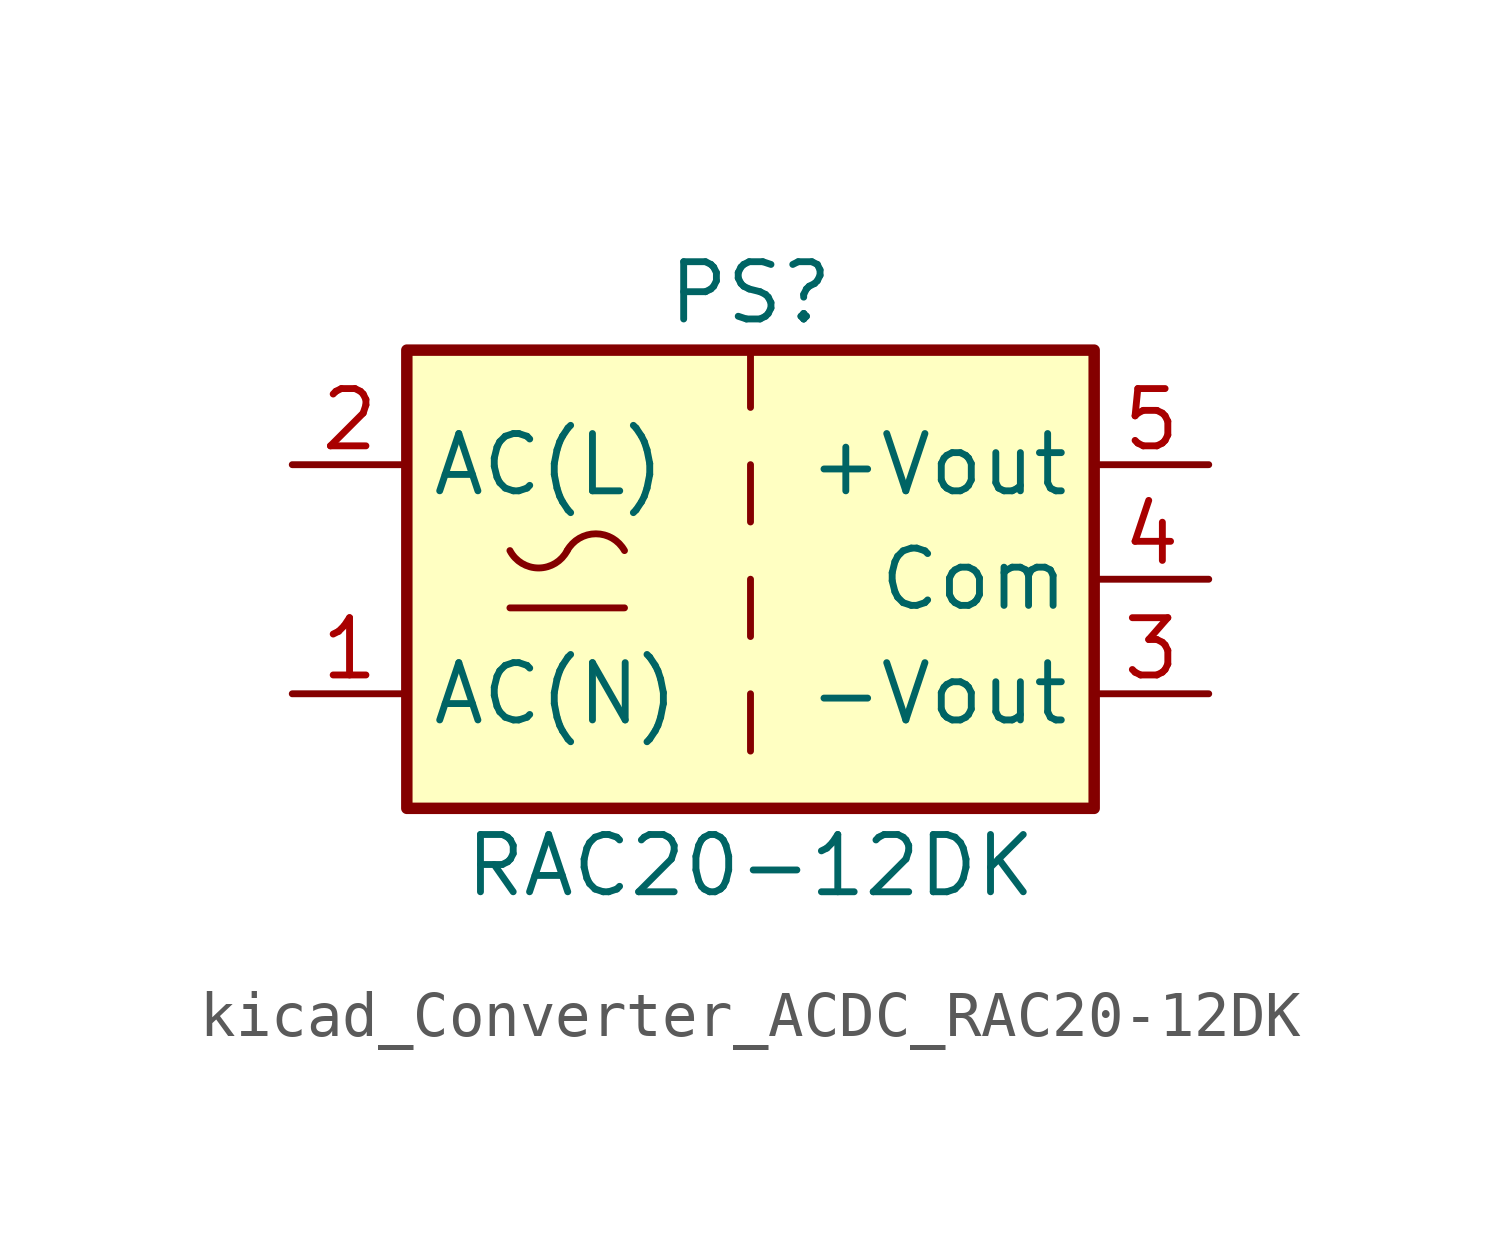
<source format=kicad_sym>
(kicad_symbol_lib
  (version 20220914)
  (generator kicad_symbol_editor)
  (symbol "kicad_Converter_ACDC_RAC20-12DK"
    (property "Reference" "PS"
      (at 0 6.35 0)
      (effects (font (size 1.27 1.27))))
    (property "Value" "RAC20-12DK"
      (at 0 -6.35 0)
      (effects (font (size 1.27 1.27))))
    (symbol "kicad_Converter_ACDC_RAC20-12DK_0_1"
      (rectangle (start -7.62 5.08) (end 7.62 -5.08) (stroke (width 0.254) (type default)) (fill (type background)))
      (arc (start -5.334 0.635) (mid -4.699 0.2495) (end -4.064 0.635) (stroke (width 0) (type default)) (fill (type none)))
      (arc (start -2.794 0.635) (mid -3.429 1.0072) (end -4.064 0.635) (stroke (width 0) (type default)) (fill (type none)))
      (polyline (pts (xy -5.334 -0.635) (xy -2.794 -0.635)) (stroke (width 0) (type default)) (fill (type none)))
      (polyline (pts (xy 0 -2.54) (xy 0 -3.81)) (stroke (width 0) (type default)) (fill (type none)))
      (polyline (pts (xy 0 0) (xy 0 -1.27)) (stroke (width 0) (type default)) (fill (type none)))
      (polyline (pts (xy 0 2.54) (xy 0 1.27)) (stroke (width 0) (type default)) (fill (type none)))
      (polyline (pts (xy 0 5.08) (xy 0 3.81)) (stroke (width 0) (type default)) (fill (type none))))
    (symbol "kicad_Converter_ACDC_RAC20-12DK_1_1"
      (pin power_in line (at -10.16 -2.54 0) (length 2.54) (name "AC(N)" (effects (font (size 1.27 1.27)))) (number "1" (effects (font (size 1.27 1.27)))))
      (pin power_in line (at -10.16 2.54 0) (length 2.54) (name "AC(L)" (effects (font (size 1.27 1.27)))) (number "2" (effects (font (size 1.27 1.27)))))
      (pin power_out line (at 10.16 -2.54 180) (length 2.54) (name "-Vout" (effects (font (size 1.27 1.27)))) (number "3" (effects (font (size 1.27 1.27)))))
      (pin power_out line (at 10.16 0 180) (length 2.54) (name "Com" (effects (font (size 1.27 1.27)))) (number "4" (effects (font (size 1.27 1.27)))))
      (pin power_out line (at 10.16 2.54 180) (length 2.54) (name "+Vout" (effects (font (size 1.27 1.27)))) (number "5" (effects (font (size 1.27 1.27))))))))
</source>
